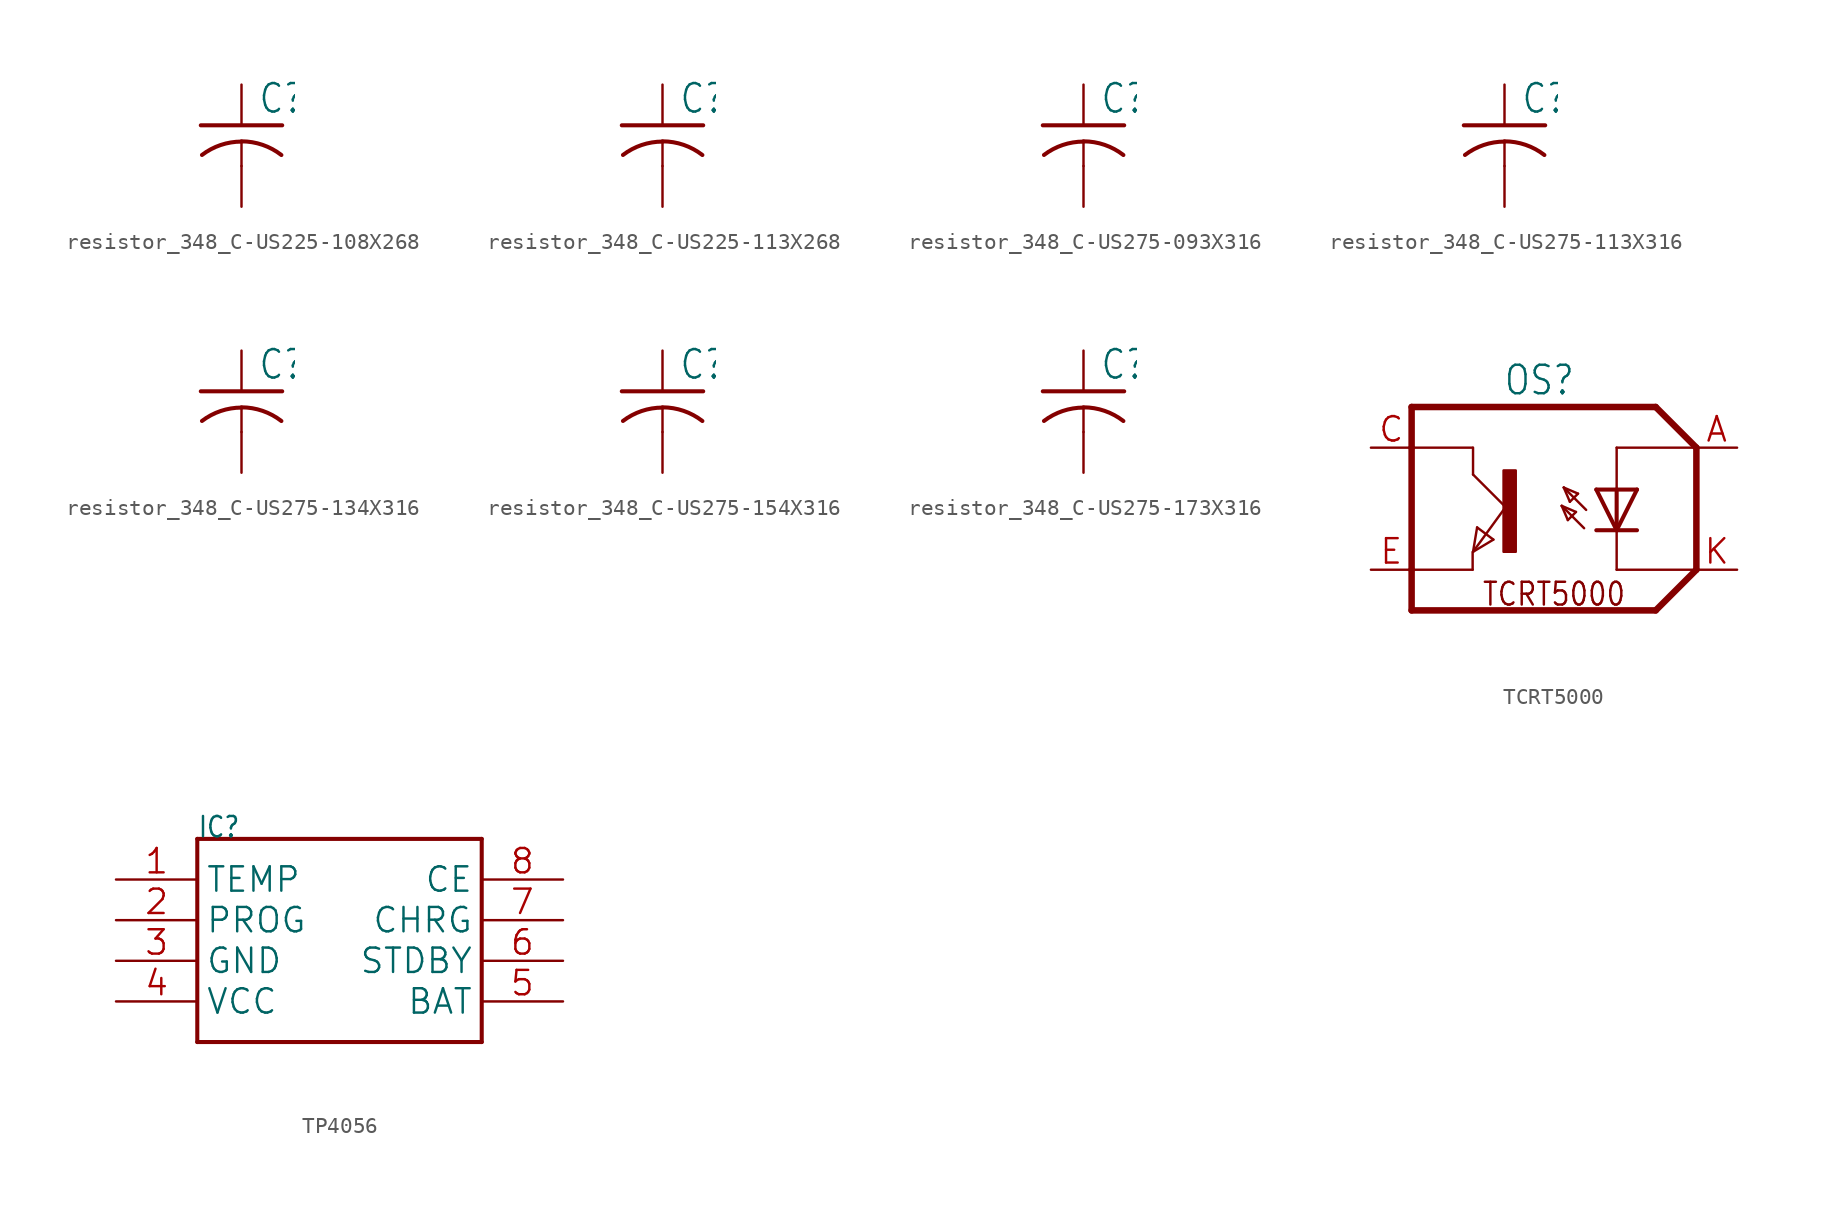
<source format=kicad_sym>
(kicad_symbol_lib
  (version 20241209)
  (generator "kicad_symbol_editor")
  (generator_version "9.0")
  (symbol "resistor_348_C-US225-108X268"
    (property "Reference" "C"
      (at 1.016 0.635 0)
      (effects (font (size 1.778 1.511)) (justify left bottom)))
    (property "Value" ""
      (at 1.016 -4.191 0)
      (effects (font (size 1.778 1.511)) (justify left bottom)))
    (property "ki_locked" ""
      (at 0 0 0)
      (effects (font (size 1.27 1.27))))
    (symbol "resistor_348_C-US225-108X268_1_0"
      (polyline (pts (xy -2.54 0) (xy 2.54 0)) (stroke (width 0.254) (type solid)) (fill (type none)))
      (polyline (pts (xy 0 -1.016) (xy 0 -2.54)) (stroke (width 0.152) (type solid)) (fill (type none)))
      (arc (start 0 -1) (mid 1.3158 -1.2195) (end 2.4892 -1.8541) (stroke (width 0.254) (type solid)) (fill (type none)))
      (arc (start -2.4668 -1.8504) (mid -1.302 -1.2303) (end 0 -1.0161) (stroke (width 0.254) (type solid)) (fill (type none)))
      (pin passive line (at 0 2.54 270) (length 2.54) (name "1" (effects (font (size 0 0)))) (number "1" (effects (font (size 0 0)))))
      (pin passive line (at 0 -5.08 90) (length 2.54) (name "2" (effects (font (size 0 0)))) (number "2" (effects (font (size 0 0)))))))
  (symbol "resistor_348_C-US225-113X268"
    (property "Reference" "C"
      (at 1.016 0.635 0)
      (effects (font (size 1.778 1.511)) (justify left bottom)))
    (property "Value" ""
      (at 1.016 -4.191 0)
      (effects (font (size 1.778 1.511)) (justify left bottom)))
    (property "ki_locked" ""
      (at 0 0 0)
      (effects (font (size 1.27 1.27))))
    (symbol "resistor_348_C-US225-113X268_1_0"
      (polyline (pts (xy -2.54 0) (xy 2.54 0)) (stroke (width 0.254) (type solid)) (fill (type none)))
      (polyline (pts (xy 0 -1.016) (xy 0 -2.54)) (stroke (width 0.152) (type solid)) (fill (type none)))
      (arc (start 0 -1) (mid 1.3158 -1.2195) (end 2.4892 -1.8541) (stroke (width 0.254) (type solid)) (fill (type none)))
      (arc (start -2.4668 -1.8504) (mid -1.302 -1.2303) (end 0 -1.0161) (stroke (width 0.254) (type solid)) (fill (type none)))
      (pin passive line (at 0 2.54 270) (length 2.54) (name "1" (effects (font (size 0 0)))) (number "1" (effects (font (size 0 0)))))
      (pin passive line (at 0 -5.08 90) (length 2.54) (name "2" (effects (font (size 0 0)))) (number "2" (effects (font (size 0 0)))))))
  (symbol "resistor_348_C-US275-093X316"
    (property "Reference" "C"
      (at 1.016 0.635 0)
      (effects (font (size 1.778 1.511)) (justify left bottom)))
    (property "Value" ""
      (at 1.016 -4.191 0)
      (effects (font (size 1.778 1.511)) (justify left bottom)))
    (property "ki_locked" ""
      (at 0 0 0)
      (effects (font (size 1.27 1.27))))
    (symbol "resistor_348_C-US275-093X316_1_0"
      (polyline (pts (xy -2.54 0) (xy 2.54 0)) (stroke (width 0.254) (type solid)) (fill (type none)))
      (polyline (pts (xy 0 -1.016) (xy 0 -2.54)) (stroke (width 0.152) (type solid)) (fill (type none)))
      (arc (start 0 -1) (mid 1.3158 -1.2195) (end 2.4892 -1.8541) (stroke (width 0.254) (type solid)) (fill (type none)))
      (arc (start -2.4668 -1.8504) (mid -1.302 -1.2303) (end 0 -1.0161) (stroke (width 0.254) (type solid)) (fill (type none)))
      (pin passive line (at 0 2.54 270) (length 2.54) (name "1" (effects (font (size 0 0)))) (number "1" (effects (font (size 0 0)))))
      (pin passive line (at 0 -5.08 90) (length 2.54) (name "2" (effects (font (size 0 0)))) (number "2" (effects (font (size 0 0)))))))
  (symbol "resistor_348_C-US275-113X316"
    (property "Reference" "C"
      (at 1.016 0.635 0)
      (effects (font (size 1.778 1.511)) (justify left bottom)))
    (property "Value" ""
      (at 1.016 -4.191 0)
      (effects (font (size 1.778 1.511)) (justify left bottom)))
    (property "ki_locked" ""
      (at 0 0 0)
      (effects (font (size 1.27 1.27))))
    (symbol "resistor_348_C-US275-113X316_1_0"
      (polyline (pts (xy -2.54 0) (xy 2.54 0)) (stroke (width 0.254) (type solid)) (fill (type none)))
      (polyline (pts (xy 0 -1.016) (xy 0 -2.54)) (stroke (width 0.152) (type solid)) (fill (type none)))
      (arc (start 0 -1) (mid 1.3158 -1.2195) (end 2.4892 -1.8541) (stroke (width 0.254) (type solid)) (fill (type none)))
      (arc (start -2.4668 -1.8504) (mid -1.302 -1.2303) (end 0 -1.0161) (stroke (width 0.254) (type solid)) (fill (type none)))
      (pin passive line (at 0 2.54 270) (length 2.54) (name "1" (effects (font (size 0 0)))) (number "1" (effects (font (size 0 0)))))
      (pin passive line (at 0 -5.08 90) (length 2.54) (name "2" (effects (font (size 0 0)))) (number "2" (effects (font (size 0 0)))))))
  (symbol "resistor_348_C-US275-134X316"
    (property "Reference" "C"
      (at 1.016 0.635 0)
      (effects (font (size 1.778 1.511)) (justify left bottom)))
    (property "Value" ""
      (at 1.016 -4.191 0)
      (effects (font (size 1.778 1.511)) (justify left bottom)))
    (property "ki_locked" ""
      (at 0 0 0)
      (effects (font (size 1.27 1.27))))
    (symbol "resistor_348_C-US275-134X316_1_0"
      (polyline (pts (xy -2.54 0) (xy 2.54 0)) (stroke (width 0.254) (type solid)) (fill (type none)))
      (polyline (pts (xy 0 -1.016) (xy 0 -2.54)) (stroke (width 0.152) (type solid)) (fill (type none)))
      (arc (start 0 -1) (mid 1.3158 -1.2195) (end 2.4892 -1.8541) (stroke (width 0.254) (type solid)) (fill (type none)))
      (arc (start -2.4668 -1.8504) (mid -1.302 -1.2303) (end 0 -1.0161) (stroke (width 0.254) (type solid)) (fill (type none)))
      (pin passive line (at 0 2.54 270) (length 2.54) (name "1" (effects (font (size 0 0)))) (number "1" (effects (font (size 0 0)))))
      (pin passive line (at 0 -5.08 90) (length 2.54) (name "2" (effects (font (size 0 0)))) (number "2" (effects (font (size 0 0)))))))
  (symbol "resistor_348_C-US275-154X316"
    (property "Reference" "C"
      (at 1.016 0.635 0)
      (effects (font (size 1.778 1.511)) (justify left bottom)))
    (property "Value" ""
      (at 1.016 -4.191 0)
      (effects (font (size 1.778 1.511)) (justify left bottom)))
    (property "ki_locked" ""
      (at 0 0 0)
      (effects (font (size 1.27 1.27))))
    (symbol "resistor_348_C-US275-154X316_1_0"
      (polyline (pts (xy -2.54 0) (xy 2.54 0)) (stroke (width 0.254) (type solid)) (fill (type none)))
      (polyline (pts (xy 0 -1.016) (xy 0 -2.54)) (stroke (width 0.152) (type solid)) (fill (type none)))
      (arc (start 0 -1) (mid 1.3158 -1.2195) (end 2.4892 -1.8541) (stroke (width 0.254) (type solid)) (fill (type none)))
      (arc (start -2.4668 -1.8504) (mid -1.302 -1.2303) (end 0 -1.0161) (stroke (width 0.254) (type solid)) (fill (type none)))
      (pin passive line (at 0 2.54 270) (length 2.54) (name "1" (effects (font (size 0 0)))) (number "1" (effects (font (size 0 0)))))
      (pin passive line (at 0 -5.08 90) (length 2.54) (name "2" (effects (font (size 0 0)))) (number "2" (effects (font (size 0 0)))))))
  (symbol "resistor_348_C-US275-173X316"
    (property "Reference" "C"
      (at 1.016 0.635 0)
      (effects (font (size 1.778 1.511)) (justify left bottom)))
    (property "Value" ""
      (at 1.016 -4.191 0)
      (effects (font (size 1.778 1.511)) (justify left bottom)))
    (property "ki_locked" ""
      (at 0 0 0)
      (effects (font (size 1.27 1.27))))
    (symbol "resistor_348_C-US275-173X316_1_0"
      (polyline (pts (xy -2.54 0) (xy 2.54 0)) (stroke (width 0.254) (type solid)) (fill (type none)))
      (polyline (pts (xy 0 -1.016) (xy 0 -2.54)) (stroke (width 0.152) (type solid)) (fill (type none)))
      (arc (start 0 -1) (mid 1.3158 -1.2195) (end 2.4892 -1.8541) (stroke (width 0.254) (type solid)) (fill (type none)))
      (arc (start -2.4668 -1.8504) (mid -1.302 -1.2303) (end 0 -1.0161) (stroke (width 0.254) (type solid)) (fill (type none)))
      (pin passive line (at 0 2.54 270) (length 2.54) (name "1" (effects (font (size 0 0)))) (number "1" (effects (font (size 0 0)))))
      (pin passive line (at 0 -5.08 90) (length 2.54) (name "2" (effects (font (size 0 0)))) (number "2" (effects (font (size 0 0)))))))
  (symbol "TCRT5000"
    (property "Reference" "OS"
      (at -4.445 5.715 0)
      (effects (font (size 1.778 1.511)) (justify left bottom)))
    (property "Value" ""
      (at -4.445 -10.16 0)
      (effects (font (size 1.778 1.511)) (justify left bottom)))
    (property "ki_locked" ""
      (at 0 0 0)
      (effects (font (size 1.27 1.27))))
    (symbol "TCRT5000_1_0"
      (polyline (pts (xy -10.16 5.08) (xy 5.08 5.08)) (stroke (width 0.406) (type solid)) (fill (type none)))
      (polyline (pts (xy -10.16 2.54) (xy -10.16 5.08)) (stroke (width 0.406) (type solid)) (fill (type none)))
      (polyline (pts (xy -10.16 2.54) (xy -6.35 2.54)) (stroke (width 0.152) (type solid)) (fill (type none)))
      (polyline (pts (xy -10.16 -5.08) (xy -10.16 2.54)) (stroke (width 0.406) (type solid)) (fill (type none)))
      (polyline (pts (xy -10.16 -5.08) (xy -6.35 -5.08)) (stroke (width 0.152) (type solid)) (fill (type none)))
      (polyline (pts (xy -10.16 -7.62) (xy -10.16 -5.08)) (stroke (width 0.406) (type solid)) (fill (type none)))
      (polyline (pts (xy -6.35 -3.988) (xy -6.35 -5.08)) (stroke (width 0.152) (type solid)) (fill (type none)))
      (polyline (pts (xy -6.325 2.54) (xy -6.325 0.864)) (stroke (width 0.152) (type solid)) (fill (type none)))
      (polyline (pts (xy -6.325 0.864) (xy -4.293 -1.168)) (stroke (width 0.152) (type solid)) (fill (type none)))
      (polyline (pts (xy -6.325 -3.962) (xy -5.055 -3.2)) (stroke (width 0.152) (type solid)) (fill (type none)))
      (polyline (pts (xy -6.071 -2.438) (xy -6.325 -3.962)) (stroke (width 0.152) (type solid)) (fill (type none)))
      (polyline (pts (xy -5.055 -3.2) (xy -6.071 -2.438)) (stroke (width 0.152) (type solid)) (fill (type none)))
      (rectangle (start -4.42 -3.962) (end -3.658 1.118) (stroke (width 0) (type default)) (fill (type outline)))
      (polyline (pts (xy -4.293 -1.168) (xy -6.325 -3.962)) (stroke (width 0.152) (type solid)) (fill (type none)))
      (polyline (pts (xy -0.787 -1.092) (xy 0.102 -1.473)) (stroke (width 0.152) (type solid)) (fill (type none)))
      (polyline (pts (xy -0.66 0.051) (xy 0.229 -0.33)) (stroke (width 0.152) (type solid)) (fill (type none)))
      (polyline (pts (xy -0.406 -1.981) (xy -0.787 -1.092)) (stroke (width 0.152) (type solid)) (fill (type none)))
      (polyline (pts (xy -0.279 -0.838) (xy -0.66 0.051)) (stroke (width 0.152) (type solid)) (fill (type none)))
      (polyline (pts (xy 0.102 -1.473) (xy -0.406 -1.981)) (stroke (width 0.152) (type solid)) (fill (type none)))
      (polyline (pts (xy 0.229 -0.33) (xy -0.279 -0.838)) (stroke (width 0.152) (type solid)) (fill (type none)))
      (polyline (pts (xy 0.61 -2.489) (xy -0.787 -1.092)) (stroke (width 0.152) (type solid)) (fill (type none)))
      (polyline (pts (xy 0.737 -1.346) (xy -0.66 0.051)) (stroke (width 0.152) (type solid)) (fill (type none)))
      (polyline (pts (xy 1.372 -0.076) (xy 2.642 -0.076)) (stroke (width 0.254) (type solid)) (fill (type none)))
      (polyline (pts (xy 1.372 -0.076) (xy 2.642 -2.616)) (stroke (width 0.254) (type solid)) (fill (type none)))
      (polyline (pts (xy 1.372 -2.616) (xy 2.642 -2.616)) (stroke (width 0.254) (type solid)) (fill (type none)))
      (polyline (pts (xy 2.642 2.54) (xy 2.642 -0.076)) (stroke (width 0.152) (type solid)) (fill (type none)))
      (polyline (pts (xy 2.642 -0.076) (xy 2.642 -2.616)) (stroke (width 0.254) (type solid)) (fill (type none)))
      (polyline (pts (xy 2.642 -0.076) (xy 3.912 -0.076)) (stroke (width 0.254) (type solid)) (fill (type none)))
      (polyline (pts (xy 2.642 -2.616) (xy 2.642 -5.08)) (stroke (width 0.152) (type solid)) (fill (type none)))
      (polyline (pts (xy 2.642 -2.616) (xy 3.912 -0.076)) (stroke (width 0.254) (type solid)) (fill (type none)))
      (polyline (pts (xy 2.642 -2.616) (xy 3.912 -2.616)) (stroke (width 0.254) (type solid)) (fill (type none)))
      (polyline (pts (xy 5.08 5.08) (xy 7.62 2.54)) (stroke (width 0.406) (type solid)) (fill (type none)))
      (polyline (pts (xy 5.08 -7.62) (xy -10.16 -7.62)) (stroke (width 0.406) (type solid)) (fill (type none)))
      (polyline (pts (xy 7.62 2.54) (xy 2.642 2.54)) (stroke (width 0.152) (type solid)) (fill (type none)))
      (polyline (pts (xy 7.62 2.54) (xy 7.62 -5.08)) (stroke (width 0.406) (type solid)) (fill (type none)))
      (polyline (pts (xy 7.62 -5.08) (xy 2.642 -5.08)) (stroke (width 0.152) (type solid)) (fill (type none)))
      (polyline (pts (xy 7.62 -5.08) (xy 5.08 -7.62)) (stroke (width 0.406) (type solid)) (fill (type none)))
      (text "TCRT5000" (at -1.27 -6.604 0) (effects (font (size 1.422 1.209))))
      (pin passive line (at -12.7 2.54 0) (length 2.54) (name "COLLECTOR" (effects (font (size 0 0)))) (number "C" (effects (font (size 1.524 1.524)))))
      (pin passive line (at -12.7 -5.08 0) (length 2.54) (name "EMITTER" (effects (font (size 0 0)))) (number "E" (effects (font (size 1.524 1.524)))))
      (pin passive line (at 10.16 2.54 180) (length 2.54) (name "ANODE" (effects (font (size 0 0)))) (number "A" (effects (font (size 1.524 1.524)))))
      (pin passive line (at 10.16 -5.08 180) (length 2.54) (name "CATHODE" (effects (font (size 0 0)))) (number "K" (effects (font (size 1.524 1.524)))))))
  (symbol "TP4056"
    (property "Reference" "IC"
      (at 0 0 0)
      (effects (font (size 1.27 1.079)) (justify left bottom)))
    (property "Value" ""
      (at 0 -15.24 0)
      (effects (font (size 1.27 1.079)) (justify left bottom)))
    (property "ki_locked" ""
      (at 0 0 0)
      (effects (font (size 1.27 1.27))))
    (symbol "TP4056_1_0"
      (polyline (pts (xy 0 0) (xy 0 -12.7)) (stroke (width 0.254) (type solid)) (fill (type none)))
      (polyline (pts (xy 0 -12.7) (xy 17.78 -12.7)) (stroke (width 0.254) (type solid)) (fill (type none)))
      (polyline (pts (xy 17.78 0) (xy 0 0)) (stroke (width 0.254) (type solid)) (fill (type none)))
      (polyline (pts (xy 17.78 -12.7) (xy 17.78 0)) (stroke (width 0.254) (type solid)) (fill (type none)))
      (pin bidirectional line (at -5.08 -2.54 0) (length 5.08) (name "TEMP" (effects (font (size 1.524 1.524)))) (number "1" (effects (font (size 1.524 1.524)))))
      (pin bidirectional line (at -5.08 -5.08 0) (length 5.08) (name "PROG" (effects (font (size 1.524 1.524)))) (number "2" (effects (font (size 1.524 1.524)))))
      (pin bidirectional line (at -5.08 -7.62 0) (length 5.08) (name "GND" (effects (font (size 1.524 1.524)))) (number "3" (effects (font (size 1.524 1.524)))))
      (pin bidirectional line (at -5.08 -10.16 0) (length 5.08) (name "VCC" (effects (font (size 1.524 1.524)))) (number "4" (effects (font (size 1.524 1.524)))))
      (pin bidirectional line (at 22.86 -2.54 180) (length 5.08) (name "CE" (effects (font (size 1.524 1.524)))) (number "8" (effects (font (size 1.524 1.524)))))
      (pin bidirectional line (at 22.86 -5.08 180) (length 5.08) (name "CHRG" (effects (font (size 1.524 1.524)))) (number "7" (effects (font (size 1.524 1.524)))))
      (pin bidirectional line (at 22.86 -7.62 180) (length 5.08) (name "STDBY" (effects (font (size 1.524 1.524)))) (number "6" (effects (font (size 1.524 1.524)))))
      (pin bidirectional line (at 22.86 -10.16 180) (length 5.08) (name "BAT" (effects (font (size 1.524 1.524)))) (number "5" (effects (font (size 1.524 1.524))))))))
</source>
